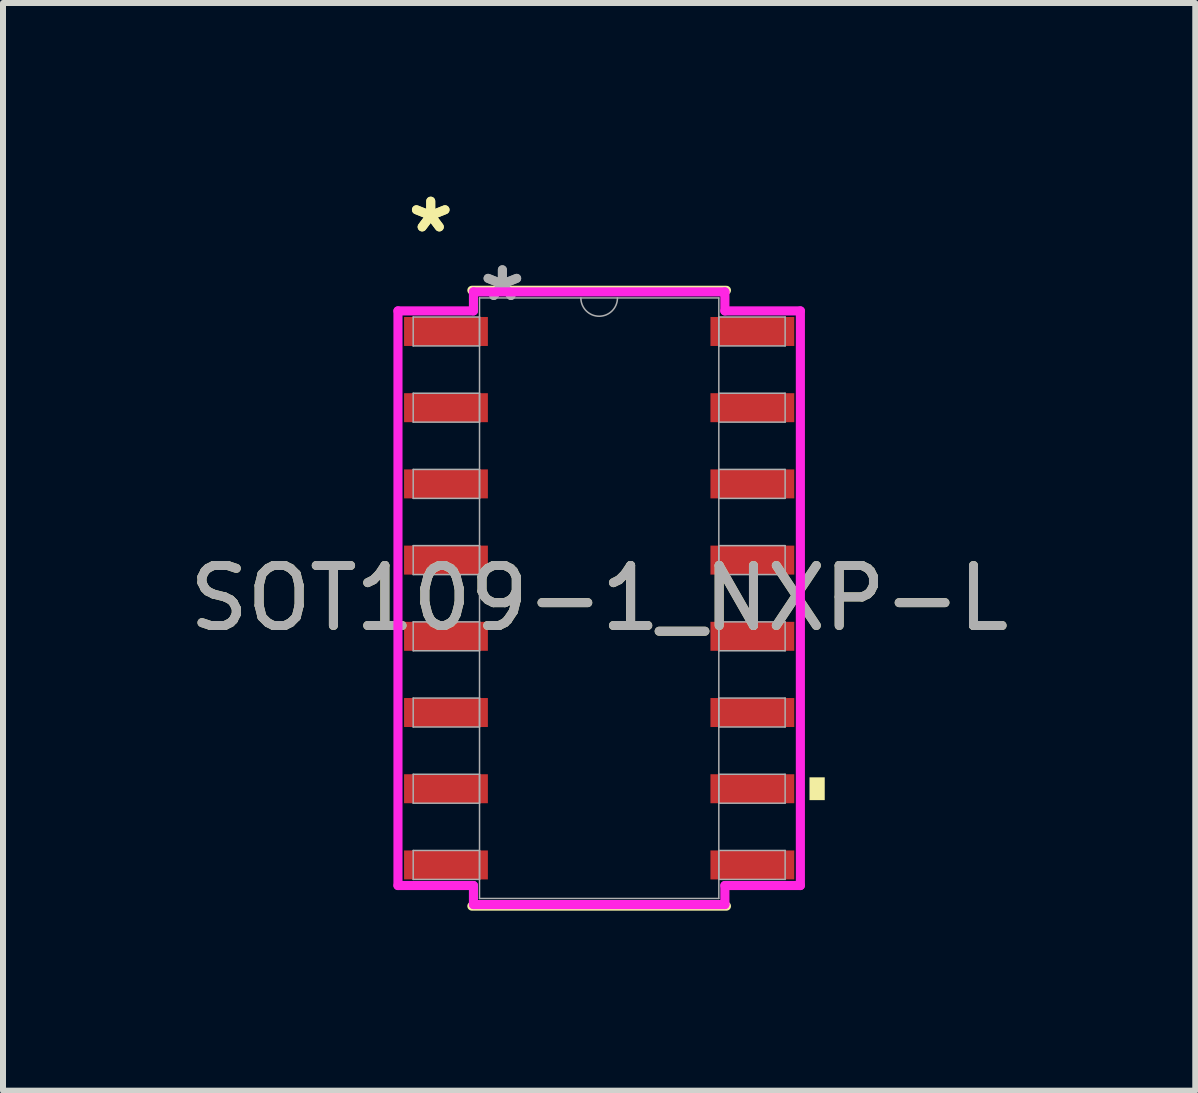
<source format=kicad_pcb>
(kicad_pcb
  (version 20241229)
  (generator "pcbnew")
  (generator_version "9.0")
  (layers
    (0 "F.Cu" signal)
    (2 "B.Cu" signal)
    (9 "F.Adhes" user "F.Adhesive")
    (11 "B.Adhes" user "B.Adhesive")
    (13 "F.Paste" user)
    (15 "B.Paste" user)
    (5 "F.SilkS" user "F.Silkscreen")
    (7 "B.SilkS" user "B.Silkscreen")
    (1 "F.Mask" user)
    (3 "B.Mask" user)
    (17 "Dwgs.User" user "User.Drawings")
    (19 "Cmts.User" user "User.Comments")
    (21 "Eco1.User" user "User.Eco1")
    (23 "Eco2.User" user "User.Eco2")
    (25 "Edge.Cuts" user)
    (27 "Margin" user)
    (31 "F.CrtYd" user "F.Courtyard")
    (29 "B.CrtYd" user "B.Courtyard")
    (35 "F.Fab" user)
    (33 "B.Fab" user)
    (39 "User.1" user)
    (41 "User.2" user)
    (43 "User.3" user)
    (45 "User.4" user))
  (footprint "SOT109-1_NXP-L"
    (layer "F.Cu")
    (at 6.935 6.919)
    (property "Reference" "SOT109-1_NXP-L" (at 0 0 0) (unlocked yes) (layer "F.SilkS") (effects (font (size 1 1) (thickness 0.15))))
    (attr smd)
    (fp_line (start -2.121 5.131) (end 2.121 5.131) (stroke (width 0.152) (type solid)) (layer "F.SilkS"))
    (fp_line (start 2.121 -5.131) (end -2.121 -5.131) (stroke (width 0.152) (type solid)) (layer "F.SilkS"))
    (fp_poly (pts (xy 3.759 2.985) (xy 3.759 3.365) (xy 3.505 3.365) (xy 3.505 2.985)) (stroke (width 0) (type solid)) (fill yes) (layer "F.SilkS"))
    (fp_line (start -3.353 -4.788) (end -2.095 -4.788) (stroke (width 0.152) (type solid)) (layer "F.CrtYd"))
    (fp_line (start -3.353 4.788) (end -3.353 -4.788) (stroke (width 0.152) (type solid)) (layer "F.CrtYd"))
    (fp_line (start -3.353 4.788) (end -2.095 4.788) (stroke (width 0.152) (type solid)) (layer "F.CrtYd"))
    (fp_line (start -2.095 -5.105) (end 2.095 -5.105) (stroke (width 0.152) (type solid)) (layer "F.CrtYd"))
    (fp_line (start -2.095 -4.788) (end -2.095 -5.105) (stroke (width 0.152) (type solid)) (layer "F.CrtYd"))
    (fp_line (start -2.095 5.105) (end -2.095 4.788) (stroke (width 0.152) (type solid)) (layer "F.CrtYd"))
    (fp_line (start 2.095 -5.105) (end 2.095 -4.788) (stroke (width 0.152) (type solid)) (layer "F.CrtYd"))
    (fp_line (start 2.095 4.788) (end 2.095 5.105) (stroke (width 0.152) (type solid)) (layer "F.CrtYd"))
    (fp_line (start 2.095 5.105) (end -2.095 5.105) (stroke (width 0.152) (type solid)) (layer "F.CrtYd"))
    (fp_line (start 3.353 -4.788) (end 2.095 -4.788) (stroke (width 0.152) (type solid)) (layer "F.CrtYd"))
    (fp_line (start 3.353 -4.788) (end 3.353 4.788) (stroke (width 0.152) (type solid)) (layer "F.CrtYd"))
    (fp_line (start 3.353 4.788) (end 2.095 4.788) (stroke (width 0.152) (type solid)) (layer "F.CrtYd"))
    (fp_line (start -3.099 -4.686) (end -3.099 -4.204) (stroke (width 0.025) (type solid)) (layer "F.Fab"))
    (fp_line (start -3.099 -4.204) (end -1.994 -4.204) (stroke (width 0.025) (type solid)) (layer "F.Fab"))
    (fp_line (start -3.099 -3.416) (end -3.099 -2.934) (stroke (width 0.025) (type solid)) (layer "F.Fab"))
    (fp_line (start -3.099 -2.934) (end -1.994 -2.934) (stroke (width 0.025) (type solid)) (layer "F.Fab"))
    (fp_line (start -3.099 -2.146) (end -3.099 -1.664) (stroke (width 0.025) (type solid)) (layer "F.Fab"))
    (fp_line (start -3.099 -1.664) (end -1.994 -1.664) (stroke (width 0.025) (type solid)) (layer "F.Fab"))
    (fp_line (start -3.099 -0.876) (end -3.099 -0.394) (stroke (width 0.025) (type solid)) (layer "F.Fab"))
    (fp_line (start -3.099 -0.394) (end -1.994 -0.394) (stroke (width 0.025) (type solid)) (layer "F.Fab"))
    (fp_line (start -3.099 0.394) (end -3.099 0.876) (stroke (width 0.025) (type solid)) (layer "F.Fab"))
    (fp_line (start -3.099 0.876) (end -1.994 0.876) (stroke (width 0.025) (type solid)) (layer "F.Fab"))
    (fp_line (start -3.099 1.664) (end -3.099 2.146) (stroke (width 0.025) (type solid)) (layer "F.Fab"))
    (fp_line (start -3.099 2.146) (end -1.994 2.146) (stroke (width 0.025) (type solid)) (layer "F.Fab"))
    (fp_line (start -3.099 2.934) (end -3.099 3.416) (stroke (width 0.025) (type solid)) (layer "F.Fab"))
    (fp_line (start -3.099 3.416) (end -1.994 3.416) (stroke (width 0.025) (type solid)) (layer "F.Fab"))
    (fp_line (start -3.099 4.204) (end -3.099 4.686) (stroke (width 0.025) (type solid)) (layer "F.Fab"))
    (fp_line (start -3.099 4.686) (end -1.994 4.686) (stroke (width 0.025) (type solid)) (layer "F.Fab"))
    (fp_line (start -1.994 -5.004) (end -1.994 5.004) (stroke (width 0.025) (type solid)) (layer "F.Fab"))
    (fp_line (start -1.994 -4.686) (end -3.099 -4.686) (stroke (width 0.025) (type solid)) (layer "F.Fab"))
    (fp_line (start -1.994 -4.204) (end -1.994 -4.686) (stroke (width 0.025) (type solid)) (layer "F.Fab"))
    (fp_line (start -1.994 -3.416) (end -3.099 -3.416) (stroke (width 0.025) (type solid)) (layer "F.Fab"))
    (fp_line (start -1.994 -2.934) (end -1.994 -3.416) (stroke (width 0.025) (type solid)) (layer "F.Fab"))
    (fp_line (start -1.994 -2.146) (end -3.099 -2.146) (stroke (width 0.025) (type solid)) (layer "F.Fab"))
    (fp_line (start -1.994 -1.664) (end -1.994 -2.146) (stroke (width 0.025) (type solid)) (layer "F.Fab"))
    (fp_line (start -1.994 -0.876) (end -3.099 -0.876) (stroke (width 0.025) (type solid)) (layer "F.Fab"))
    (fp_line (start -1.994 -0.394) (end -1.994 -0.876) (stroke (width 0.025) (type solid)) (layer "F.Fab"))
    (fp_line (start -1.994 0.394) (end -3.099 0.394) (stroke (width 0.025) (type solid)) (layer "F.Fab"))
    (fp_line (start -1.994 0.876) (end -1.994 0.394) (stroke (width 0.025) (type solid)) (layer "F.Fab"))
    (fp_line (start -1.994 1.664) (end -3.099 1.664) (stroke (width 0.025) (type solid)) (layer "F.Fab"))
    (fp_line (start -1.994 2.146) (end -1.994 1.664) (stroke (width 0.025) (type solid)) (layer "F.Fab"))
    (fp_line (start -1.994 2.934) (end -3.099 2.934) (stroke (width 0.025) (type solid)) (layer "F.Fab"))
    (fp_line (start -1.994 3.416) (end -1.994 2.934) (stroke (width 0.025) (type solid)) (layer "F.Fab"))
    (fp_line (start -1.994 4.204) (end -3.099 4.204) (stroke (width 0.025) (type solid)) (layer "F.Fab"))
    (fp_line (start -1.994 4.686) (end -1.994 4.204) (stroke (width 0.025) (type solid)) (layer "F.Fab"))
    (fp_line (start -1.994 5.004) (end 1.994 5.004) (stroke (width 0.025) (type solid)) (layer "F.Fab"))
    (fp_line (start 1.994 -5.004) (end -1.994 -5.004) (stroke (width 0.025) (type solid)) (layer "F.Fab"))
    (fp_line (start 1.994 -4.686) (end 1.994 -4.204) (stroke (width 0.025) (type solid)) (layer "F.Fab"))
    (fp_line (start 1.994 -4.204) (end 3.099 -4.204) (stroke (width 0.025) (type solid)) (layer "F.Fab"))
    (fp_line (start 1.994 -3.416) (end 1.994 -2.934) (stroke (width 0.025) (type solid)) (layer "F.Fab"))
    (fp_line (start 1.994 -2.934) (end 3.099 -2.934) (stroke (width 0.025) (type solid)) (layer "F.Fab"))
    (fp_line (start 1.994 -2.146) (end 1.994 -1.664) (stroke (width 0.025) (type solid)) (layer "F.Fab"))
    (fp_line (start 1.994 -1.664) (end 3.099 -1.664) (stroke (width 0.025) (type solid)) (layer "F.Fab"))
    (fp_line (start 1.994 -0.876) (end 1.994 -0.394) (stroke (width 0.025) (type solid)) (layer "F.Fab"))
    (fp_line (start 1.994 -0.394) (end 3.099 -0.394) (stroke (width 0.025) (type solid)) (layer "F.Fab"))
    (fp_line (start 1.994 0.394) (end 1.994 0.876) (stroke (width 0.025) (type solid)) (layer "F.Fab"))
    (fp_line (start 1.994 0.876) (end 3.099 0.876) (stroke (width 0.025) (type solid)) (layer "F.Fab"))
    (fp_line (start 1.994 1.664) (end 1.994 2.146) (stroke (width 0.025) (type solid)) (layer "F.Fab"))
    (fp_line (start 1.994 2.146) (end 3.099 2.146) (stroke (width 0.025) (type solid)) (layer "F.Fab"))
    (fp_line (start 1.994 2.934) (end 1.994 3.416) (stroke (width 0.025) (type solid)) (layer "F.Fab"))
    (fp_line (start 1.994 3.416) (end 3.099 3.416) (stroke (width 0.025) (type solid)) (layer "F.Fab"))
    (fp_line (start 1.994 4.204) (end 1.994 4.686) (stroke (width 0.025) (type solid)) (layer "F.Fab"))
    (fp_line (start 1.994 4.686) (end 3.099 4.686) (stroke (width 0.025) (type solid)) (layer "F.Fab"))
    (fp_line (start 1.994 5.004) (end 1.994 -5.004) (stroke (width 0.025) (type solid)) (layer "F.Fab"))
    (fp_line (start 3.099 -4.686) (end 1.994 -4.686) (stroke (width 0.025) (type solid)) (layer "F.Fab"))
    (fp_line (start 3.099 -4.204) (end 3.099 -4.686) (stroke (width 0.025) (type solid)) (layer "F.Fab"))
    (fp_line (start 3.099 -3.416) (end 1.994 -3.416) (stroke (width 0.025) (type solid)) (layer "F.Fab"))
    (fp_line (start 3.099 -2.934) (end 3.099 -3.416) (stroke (width 0.025) (type solid)) (layer "F.Fab"))
    (fp_line (start 3.099 -2.146) (end 1.994 -2.146) (stroke (width 0.025) (type solid)) (layer "F.Fab"))
    (fp_line (start 3.099 -1.664) (end 3.099 -2.146) (stroke (width 0.025) (type solid)) (layer "F.Fab"))
    (fp_line (start 3.099 -0.876) (end 1.994 -0.876) (stroke (width 0.025) (type solid)) (layer "F.Fab"))
    (fp_line (start 3.099 -0.394) (end 3.099 -0.876) (stroke (width 0.025) (type solid)) (layer "F.Fab"))
    (fp_line (start 3.099 0.394) (end 1.994 0.394) (stroke (width 0.025) (type solid)) (layer "F.Fab"))
    (fp_line (start 3.099 0.876) (end 3.099 0.394) (stroke (width 0.025) (type solid)) (layer "F.Fab"))
    (fp_line (start 3.099 1.664) (end 1.994 1.664) (stroke (width 0.025) (type solid)) (layer "F.Fab"))
    (fp_line (start 3.099 2.146) (end 3.099 1.664) (stroke (width 0.025) (type solid)) (layer "F.Fab"))
    (fp_line (start 3.099 2.934) (end 1.994 2.934) (stroke (width 0.025) (type solid)) (layer "F.Fab"))
    (fp_line (start 3.099 3.416) (end 3.099 2.934) (stroke (width 0.025) (type solid)) (layer "F.Fab"))
    (fp_line (start 3.099 4.204) (end 1.994 4.204) (stroke (width 0.025) (type solid)) (layer "F.Fab"))
    (fp_line (start 3.099 4.686) (end 3.099 4.204) (stroke (width 0.025) (type solid)) (layer "F.Fab"))
    (fp_arc (start 0.3048 -5.0038) (mid 0 -4.699) (end -0.3048 -5.0038) (stroke (width 0.0254) (type solid)) (layer "F.Fab"))
    (fp_text user "*" (at -2.807 -6.071 0) (unlocked yes) (layer "F.SilkS") (effects (font (size 1 1) (thickness 0.15))))
    (fp_text user "*" (at -2.807 -6.071 0) (layer "F.SilkS") (effects (font (size 1 1) (thickness 0.15))))
    (fp_text user "${REFERENCE}" (at 0 0 0) (unlocked yes) (layer "F.Fab") (effects (font (size 1 1) (thickness 0.15))))
    (fp_text user "*" (at -1.613 -4.928 0) (unlocked yes) (layer "F.Fab") (effects (font (size 1 1) (thickness 0.15))))
    (fp_text user "*" (at -1.613 -4.928 0) (layer "F.Fab") (effects (font (size 1 1) (thickness 0.15))))
    (pad "1" smd rect (at -2.553 -4.445) (size 1.397 0.483) (layers "F.Cu" "F.Mask" "F.Paste"))
    (pad "2" smd rect (at -2.553 -3.175) (size 1.397 0.483) (layers "F.Cu" "F.Mask" "F.Paste"))
    (pad "3" smd rect (at -2.553 -1.905) (size 1.397 0.483) (layers "F.Cu" "F.Mask" "F.Paste"))
    (pad "4" smd rect (at -2.553 -0.635) (size 1.397 0.483) (layers "F.Cu" "F.Mask" "F.Paste"))
    (pad "5" smd rect (at -2.553 0.635) (size 1.397 0.483) (layers "F.Cu" "F.Mask" "F.Paste"))
    (pad "6" smd rect (at -2.553 1.905) (size 1.397 0.483) (layers "F.Cu" "F.Mask" "F.Paste"))
    (pad "7" smd rect (at -2.553 3.175) (size 1.397 0.483) (layers "F.Cu" "F.Mask" "F.Paste"))
    (pad "8" smd rect (at -2.553 4.445) (size 1.397 0.483) (layers "F.Cu" "F.Mask" "F.Paste"))
    (pad "9" smd rect (at 2.553 4.445) (size 1.397 0.483) (layers "F.Cu" "F.Mask" "F.Paste"))
    (pad "10" smd rect (at 2.553 3.175) (size 1.397 0.483) (layers "F.Cu" "F.Mask" "F.Paste"))
    (pad "11" smd rect (at 2.553 1.905) (size 1.397 0.483) (layers "F.Cu" "F.Mask" "F.Paste"))
    (pad "12" smd rect (at 2.553 0.635) (size 1.397 0.483) (layers "F.Cu" "F.Mask" "F.Paste"))
    (pad "13" smd rect (at 2.553 -0.635) (size 1.397 0.483) (layers "F.Cu" "F.Mask" "F.Paste"))
    (pad "14" smd rect (at 2.553 -1.905) (size 1.397 0.483) (layers "F.Cu" "F.Mask" "F.Paste"))
    (pad "15" smd rect (at 2.553 -3.175) (size 1.397 0.483) (layers "F.Cu" "F.Mask" "F.Paste"))
    (pad "16" smd rect (at 2.553 -4.445) (size 1.397 0.483) (layers "F.Cu" "F.Mask" "F.Paste")))
  (gr_rect
    (start -3 -3)
    (end 16.869 15.126)
    (stroke (width 0.1) (type default))
    (fill no)
    (layer "Edge.Cuts")))
</source>
